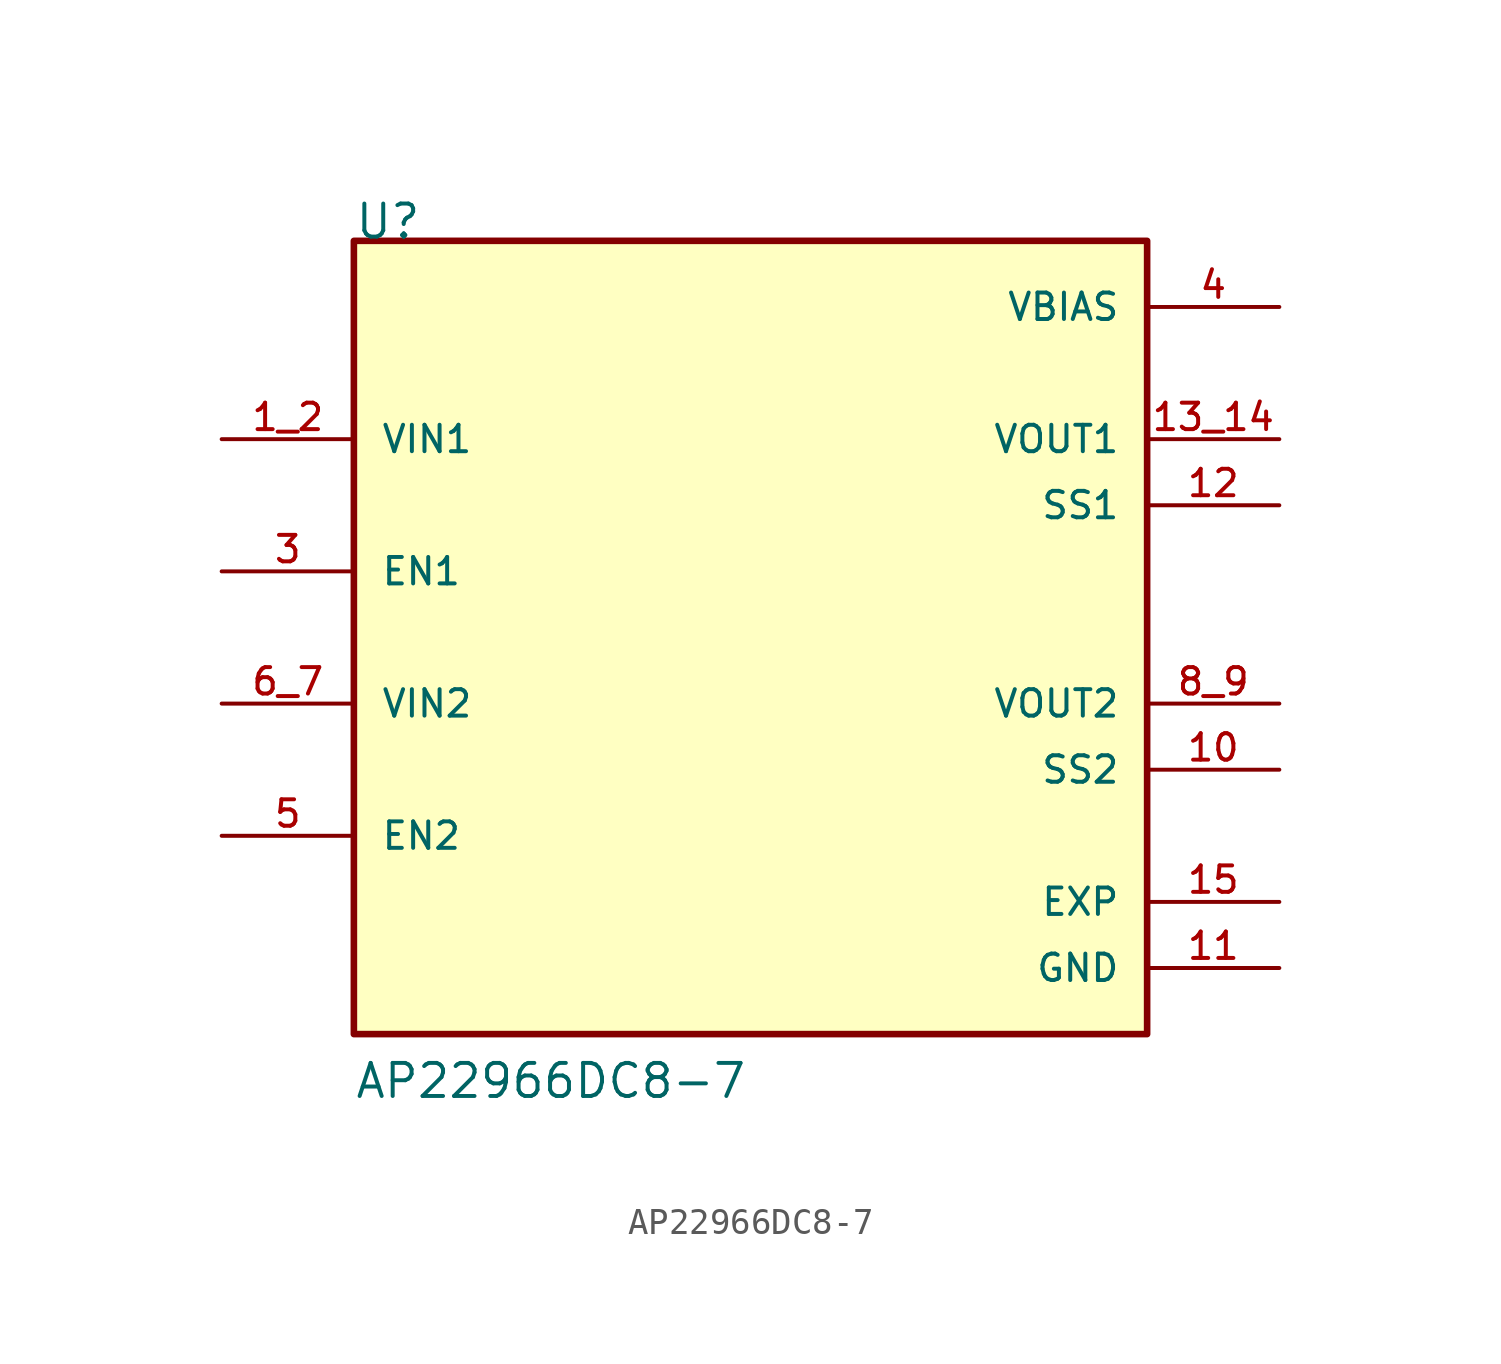
<source format=kicad_sym>
(kicad_symbol_lib
  (version 20211014)
  (generator kicad_symbol_editor)
  (symbol "AP22966DC8-7"
    (pin_names
      (offset 1.016))
    (property "Reference" "U"
      (at -15.24 15.24 0)
      (effects (font (size 1.27 1.27)) (justify bottom left)))
    (property "Value" "AP22966DC8-7"
      (at -15.24 -17.78 0)
      (effects (font (size 1.27 1.27)) (justify bottom left)))
    (symbol "AP22966DC8-7_0_0"
      (rectangle (start -15.24 -15.24) (end 15.24 15.24) (stroke (width 0.254)) (fill (type background)))
      (pin input line (at -20.32 7.62 0) (length 5.08) (name "VIN1" (effects (font (size 1.016 1.016)))) (number "1_2" (effects (font (size 1.016 1.016)))))
      (pin power_in line (at 20.32 12.7 180.0) (length 5.08) (name "VBIAS" (effects (font (size 1.016 1.016)))) (number "4" (effects (font (size 1.016 1.016)))))
      (pin input line (at -20.32 2.54 0) (length 5.08) (name "EN1" (effects (font (size 1.016 1.016)))) (number "3" (effects (font (size 1.016 1.016)))))
      (pin input line (at -20.32 -2.54 0) (length 5.08) (name "VIN2" (effects (font (size 1.016 1.016)))) (number "6_7" (effects (font (size 1.016 1.016)))))
      (pin input line (at -20.32 -7.62 0) (length 5.08) (name "EN2" (effects (font (size 1.016 1.016)))) (number "5" (effects (font (size 1.016 1.016)))))
      (pin output line (at 20.32 7.62 180.0) (length 5.08) (name "VOUT1" (effects (font (size 1.016 1.016)))) (number "13_14" (effects (font (size 1.016 1.016)))))
      (pin passive line (at 20.32 5.08 180.0) (length 5.08) (name "SS1" (effects (font (size 1.016 1.016)))) (number "12" (effects (font (size 1.016 1.016)))))
      (pin output line (at 20.32 -2.54 180.0) (length 5.08) (name "VOUT2" (effects (font (size 1.016 1.016)))) (number "8_9" (effects (font (size 1.016 1.016)))))
      (pin passive line (at 20.32 -5.08 180.0) (length 5.08) (name "SS2" (effects (font (size 1.016 1.016)))) (number "10" (effects (font (size 1.016 1.016)))))
      (pin power_in line (at 20.32 -12.7 180.0) (length 5.08) (name "GND" (effects (font (size 1.016 1.016)))) (number "11" (effects (font (size 1.016 1.016)))))
      (pin passive line (at 20.32 -10.16 180.0) (length 5.08) (name "EXP" (effects (font (size 1.016 1.016)))) (number "15" (effects (font (size 1.016 1.016))))))))
</source>
